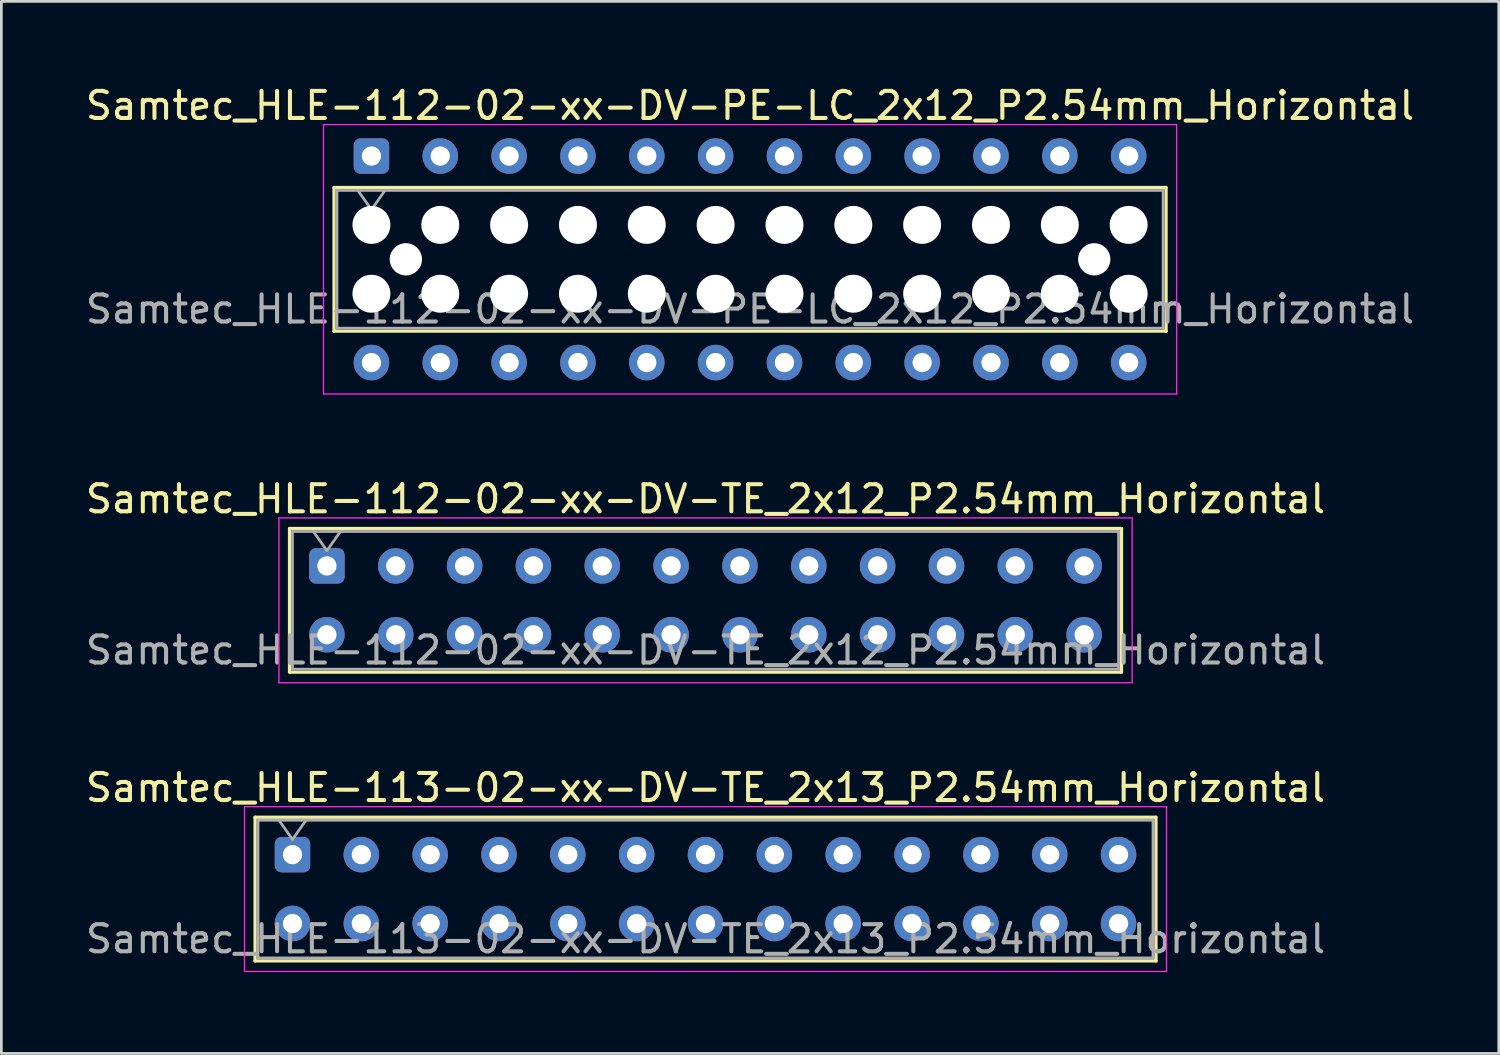
<source format=kicad_pcb>
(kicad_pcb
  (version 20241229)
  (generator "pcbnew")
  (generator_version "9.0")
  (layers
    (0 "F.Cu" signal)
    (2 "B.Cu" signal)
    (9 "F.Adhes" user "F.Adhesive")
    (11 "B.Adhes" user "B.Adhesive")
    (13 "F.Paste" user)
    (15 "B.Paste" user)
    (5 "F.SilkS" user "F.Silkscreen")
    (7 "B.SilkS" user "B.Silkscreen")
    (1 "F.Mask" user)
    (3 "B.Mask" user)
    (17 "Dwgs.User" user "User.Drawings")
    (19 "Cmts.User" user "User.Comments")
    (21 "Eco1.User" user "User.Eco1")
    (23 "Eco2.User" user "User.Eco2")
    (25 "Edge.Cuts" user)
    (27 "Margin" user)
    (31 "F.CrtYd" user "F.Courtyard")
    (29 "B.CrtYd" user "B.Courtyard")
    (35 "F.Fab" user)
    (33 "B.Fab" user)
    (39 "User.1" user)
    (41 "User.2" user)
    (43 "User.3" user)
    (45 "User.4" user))
  (footprint "Samtec_HLE-113-02-xx-DV-TE_2x13_P2.54mm_Horizontal"
    (layer "F.Cu")
    (at 7.742 28.485)
    (property "Reference" "Samtec_HLE-113-02-xx-DV-TE_2x13_P2.54mm_Horizontal" (at 15.24 -2.47 0) (layer "F.SilkS") (effects (font (size 1 1) (thickness 0.15))))
    (attr through_hole)
    (fp_line (start -1.38 -1.38) (end 31.86 -1.38) (stroke (width 0.12) (type solid)) (layer "F.SilkS"))
    (fp_line (start -1.38 3.92) (end -1.38 -1.38) (stroke (width 0.12) (type solid)) (layer "F.SilkS"))
    (fp_line (start 31.86 -1.38) (end 31.86 3.92) (stroke (width 0.12) (type solid)) (layer "F.SilkS"))
    (fp_line (start 31.86 3.92) (end -1.38 3.92) (stroke (width 0.12) (type solid)) (layer "F.SilkS"))
    (fp_line (start -1.77 -1.77) (end 32.25 -1.77) (stroke (width 0.05) (type solid)) (layer "F.CrtYd"))
    (fp_line (start -1.77 4.31) (end -1.77 -1.77) (stroke (width 0.05) (type solid)) (layer "F.CrtYd"))
    (fp_line (start 32.25 -1.77) (end 32.25 4.31) (stroke (width 0.05) (type solid)) (layer "F.CrtYd"))
    (fp_line (start 32.25 4.31) (end -1.77 4.31) (stroke (width 0.05) (type solid)) (layer "F.CrtYd"))
    (fp_line (start -1.27 -1.27) (end 31.75 -1.27) (stroke (width 0.1) (type solid)) (layer "F.Fab"))
    (fp_line (start -1.27 3.81) (end -1.27 -1.27) (stroke (width 0.1) (type solid)) (layer "F.Fab"))
    (fp_line (start -0.5 -1.27) (end 0 -0.563) (stroke (width 0.1) (type solid)) (layer "F.Fab"))
    (fp_line (start 0 -0.563) (end 0.5 -1.27) (stroke (width 0.1) (type solid)) (layer "F.Fab"))
    (fp_line (start 31.75 -1.27) (end 31.75 3.81) (stroke (width 0.1) (type solid)) (layer "F.Fab"))
    (fp_line (start 31.75 3.81) (end -1.27 3.81) (stroke (width 0.1) (type solid)) (layer "F.Fab"))
    (fp_text user "${REFERENCE}" (at 15.24 3.11 0) (layer "F.Fab") (effects (font (size 1 1) (thickness 0.15))))
    (pad "1" thru_hole roundrect (at 0 0) (size 1.31 1.31) (drill 0.71) (layers "*.Cu" "*.Mask") (roundrect_rratio 0.191))
    (pad "2" thru_hole circle (at 0 2.54) (size 1.31 1.31) (drill 0.71) (layers "*.Cu" "*.Mask"))
    (pad "3" thru_hole circle (at 2.54 0) (size 1.31 1.31) (drill 0.71) (layers "*.Cu" "*.Mask"))
    (pad "4" thru_hole circle (at 2.54 2.54) (size 1.31 1.31) (drill 0.71) (layers "*.Cu" "*.Mask"))
    (pad "5" thru_hole circle (at 5.08 0) (size 1.31 1.31) (drill 0.71) (layers "*.Cu" "*.Mask"))
    (pad "6" thru_hole circle (at 5.08 2.54) (size 1.31 1.31) (drill 0.71) (layers "*.Cu" "*.Mask"))
    (pad "7" thru_hole circle (at 7.62 0) (size 1.31 1.31) (drill 0.71) (layers "*.Cu" "*.Mask"))
    (pad "8" thru_hole circle (at 7.62 2.54) (size 1.31 1.31) (drill 0.71) (layers "*.Cu" "*.Mask"))
    (pad "9" thru_hole circle (at 10.16 0) (size 1.31 1.31) (drill 0.71) (layers "*.Cu" "*.Mask"))
    (pad "10" thru_hole circle (at 10.16 2.54) (size 1.31 1.31) (drill 0.71) (layers "*.Cu" "*.Mask"))
    (pad "11" thru_hole circle (at 12.7 0) (size 1.31 1.31) (drill 0.71) (layers "*.Cu" "*.Mask"))
    (pad "12" thru_hole circle (at 12.7 2.54) (size 1.31 1.31) (drill 0.71) (layers "*.Cu" "*.Mask"))
    (pad "13" thru_hole circle (at 15.24 0) (size 1.31 1.31) (drill 0.71) (layers "*.Cu" "*.Mask"))
    (pad "14" thru_hole circle (at 15.24 2.54) (size 1.31 1.31) (drill 0.71) (layers "*.Cu" "*.Mask"))
    (pad "15" thru_hole circle (at 17.78 0) (size 1.31 1.31) (drill 0.71) (layers "*.Cu" "*.Mask"))
    (pad "16" thru_hole circle (at 17.78 2.54) (size 1.31 1.31) (drill 0.71) (layers "*.Cu" "*.Mask"))
    (pad "17" thru_hole circle (at 20.32 0) (size 1.31 1.31) (drill 0.71) (layers "*.Cu" "*.Mask"))
    (pad "18" thru_hole circle (at 20.32 2.54) (size 1.31 1.31) (drill 0.71) (layers "*.Cu" "*.Mask"))
    (pad "19" thru_hole circle (at 22.86 0) (size 1.31 1.31) (drill 0.71) (layers "*.Cu" "*.Mask"))
    (pad "20" thru_hole circle (at 22.86 2.54) (size 1.31 1.31) (drill 0.71) (layers "*.Cu" "*.Mask"))
    (pad "21" thru_hole circle (at 25.4 0) (size 1.31 1.31) (drill 0.71) (layers "*.Cu" "*.Mask"))
    (pad "22" thru_hole circle (at 25.4 2.54) (size 1.31 1.31) (drill 0.71) (layers "*.Cu" "*.Mask"))
    (pad "23" thru_hole circle (at 27.94 0) (size 1.31 1.31) (drill 0.71) (layers "*.Cu" "*.Mask"))
    (pad "24" thru_hole circle (at 27.94 2.54) (size 1.31 1.31) (drill 0.71) (layers "*.Cu" "*.Mask"))
    (pad "25" thru_hole circle (at 30.48 0) (size 1.31 1.31) (drill 0.71) (layers "*.Cu" "*.Mask"))
    (pad "26" thru_hole circle (at 30.48 2.54) (size 1.31 1.31) (drill 0.71) (layers "*.Cu" "*.Mask")))
  (footprint "Samtec_HLE-112-02-xx-DV-PE-LC_2x12_P2.54mm_Horizontal"
    (layer "F.Cu")
    (at 10.655 2.708)
    (property "Reference" "Samtec_HLE-112-02-xx-DV-PE-LC_2x12_P2.54mm_Horizontal" (at 13.97 -1.86 0) (layer "F.SilkS") (effects (font (size 1 1) (thickness 0.15))))
    (attr through_hole)
    (fp_line (start -1.38 1.16) (end 29.32 1.16) (stroke (width 0.12) (type solid)) (layer "F.SilkS"))
    (fp_line (start -1.38 6.46) (end -1.38 1.16) (stroke (width 0.12) (type solid)) (layer "F.SilkS"))
    (fp_line (start 29.32 1.16) (end 29.32 6.46) (stroke (width 0.12) (type solid)) (layer "F.SilkS"))
    (fp_line (start 29.32 6.46) (end -1.38 6.46) (stroke (width 0.12) (type solid)) (layer "F.SilkS"))
    (fp_line (start -1.77 -1.16) (end 29.71 -1.16) (stroke (width 0.05) (type solid)) (layer "F.CrtYd"))
    (fp_line (start -1.77 8.78) (end -1.77 -1.16) (stroke (width 0.05) (type solid)) (layer "F.CrtYd"))
    (fp_line (start 29.71 -1.16) (end 29.71 8.78) (stroke (width 0.05) (type solid)) (layer "F.CrtYd"))
    (fp_line (start 29.71 8.78) (end -1.77 8.78) (stroke (width 0.05) (type solid)) (layer "F.CrtYd"))
    (fp_line (start -1.27 1.27) (end 29.21 1.27) (stroke (width 0.1) (type solid)) (layer "F.Fab"))
    (fp_line (start -1.27 6.35) (end -1.27 1.27) (stroke (width 0.1) (type solid)) (layer "F.Fab"))
    (fp_line (start -0.5 1.27) (end 0 1.977) (stroke (width 0.1) (type solid)) (layer "F.Fab"))
    (fp_line (start 0 1.977) (end 0.5 1.27) (stroke (width 0.1) (type solid)) (layer "F.Fab"))
    (fp_line (start 29.21 1.27) (end 29.21 6.35) (stroke (width 0.1) (type solid)) (layer "F.Fab"))
    (fp_line (start 29.21 6.35) (end -1.27 6.35) (stroke (width 0.1) (type solid)) (layer "F.Fab"))
    (fp_text user "${REFERENCE}" (at 13.97 5.65 0) (layer "F.Fab") (effects (font (size 1 1) (thickness 0.15))))
    (pad "" np_thru_hole circle (at 0 2.54) (size 1.4 1.4) (drill 1.4) (layers "*.Cu" "*.Mask"))
    (pad "" np_thru_hole circle (at 0 5.08) (size 1.4 1.4) (drill 1.4) (layers "*.Cu" "*.Mask"))
    (pad "" np_thru_hole circle (at 1.27 3.81) (size 1.19 1.19) (drill 1.19) (layers "*.Cu" "*.Mask"))
    (pad "" np_thru_hole circle (at 2.54 2.54) (size 1.4 1.4) (drill 1.4) (layers "*.Cu" "*.Mask"))
    (pad "" np_thru_hole circle (at 2.54 5.08) (size 1.4 1.4) (drill 1.4) (layers "*.Cu" "*.Mask"))
    (pad "" np_thru_hole circle (at 5.08 2.54) (size 1.4 1.4) (drill 1.4) (layers "*.Cu" "*.Mask"))
    (pad "" np_thru_hole circle (at 5.08 5.08) (size 1.4 1.4) (drill 1.4) (layers "*.Cu" "*.Mask"))
    (pad "" np_thru_hole circle (at 7.62 2.54) (size 1.4 1.4) (drill 1.4) (layers "*.Cu" "*.Mask"))
    (pad "" np_thru_hole circle (at 7.62 5.08) (size 1.4 1.4) (drill 1.4) (layers "*.Cu" "*.Mask"))
    (pad "" np_thru_hole circle (at 10.16 2.54) (size 1.4 1.4) (drill 1.4) (layers "*.Cu" "*.Mask"))
    (pad "" np_thru_hole circle (at 10.16 5.08) (size 1.4 1.4) (drill 1.4) (layers "*.Cu" "*.Mask"))
    (pad "" np_thru_hole circle (at 12.7 2.54) (size 1.4 1.4) (drill 1.4) (layers "*.Cu" "*.Mask"))
    (pad "" np_thru_hole circle (at 12.7 5.08) (size 1.4 1.4) (drill 1.4) (layers "*.Cu" "*.Mask"))
    (pad "" np_thru_hole circle (at 15.24 2.54) (size 1.4 1.4) (drill 1.4) (layers "*.Cu" "*.Mask"))
    (pad "" np_thru_hole circle (at 15.24 5.08) (size 1.4 1.4) (drill 1.4) (layers "*.Cu" "*.Mask"))
    (pad "" np_thru_hole circle (at 17.78 2.54) (size 1.4 1.4) (drill 1.4) (layers "*.Cu" "*.Mask"))
    (pad "" np_thru_hole circle (at 17.78 5.08) (size 1.4 1.4) (drill 1.4) (layers "*.Cu" "*.Mask"))
    (pad "" np_thru_hole circle (at 20.32 2.54) (size 1.4 1.4) (drill 1.4) (layers "*.Cu" "*.Mask"))
    (pad "" np_thru_hole circle (at 20.32 5.08) (size 1.4 1.4) (drill 1.4) (layers "*.Cu" "*.Mask"))
    (pad "" np_thru_hole circle (at 22.86 2.54) (size 1.4 1.4) (drill 1.4) (layers "*.Cu" "*.Mask"))
    (pad "" np_thru_hole circle (at 22.86 5.08) (size 1.4 1.4) (drill 1.4) (layers "*.Cu" "*.Mask"))
    (pad "" np_thru_hole circle (at 25.4 2.54) (size 1.4 1.4) (drill 1.4) (layers "*.Cu" "*.Mask"))
    (pad "" np_thru_hole circle (at 25.4 5.08) (size 1.4 1.4) (drill 1.4) (layers "*.Cu" "*.Mask"))
    (pad "" np_thru_hole circle (at 26.67 3.81) (size 1.19 1.19) (drill 1.19) (layers "*.Cu" "*.Mask"))
    (pad "" np_thru_hole circle (at 27.94 2.54) (size 1.4 1.4) (drill 1.4) (layers "*.Cu" "*.Mask"))
    (pad "" np_thru_hole circle (at 27.94 5.08) (size 1.4 1.4) (drill 1.4) (layers "*.Cu" "*.Mask"))
    (pad "1" thru_hole roundrect (at 0 0) (size 1.31 1.31) (drill 0.71) (layers "*.Cu" "*.Mask") (roundrect_rratio 0.191))
    (pad "2" thru_hole circle (at 0 7.62) (size 1.31 1.31) (drill 0.71) (layers "*.Cu" "*.Mask"))
    (pad "3" thru_hole circle (at 2.54 0) (size 1.31 1.31) (drill 0.71) (layers "*.Cu" "*.Mask"))
    (pad "4" thru_hole circle (at 2.54 7.62) (size 1.31 1.31) (drill 0.71) (layers "*.Cu" "*.Mask"))
    (pad "5" thru_hole circle (at 5.08 0) (size 1.31 1.31) (drill 0.71) (layers "*.Cu" "*.Mask"))
    (pad "6" thru_hole circle (at 5.08 7.62) (size 1.31 1.31) (drill 0.71) (layers "*.Cu" "*.Mask"))
    (pad "7" thru_hole circle (at 7.62 0) (size 1.31 1.31) (drill 0.71) (layers "*.Cu" "*.Mask"))
    (pad "8" thru_hole circle (at 7.62 7.62) (size 1.31 1.31) (drill 0.71) (layers "*.Cu" "*.Mask"))
    (pad "9" thru_hole circle (at 10.16 0) (size 1.31 1.31) (drill 0.71) (layers "*.Cu" "*.Mask"))
    (pad "10" thru_hole circle (at 10.16 7.62) (size 1.31 1.31) (drill 0.71) (layers "*.Cu" "*.Mask"))
    (pad "11" thru_hole circle (at 12.7 0) (size 1.31 1.31) (drill 0.71) (layers "*.Cu" "*.Mask"))
    (pad "12" thru_hole circle (at 12.7 7.62) (size 1.31 1.31) (drill 0.71) (layers "*.Cu" "*.Mask"))
    (pad "13" thru_hole circle (at 15.24 0) (size 1.31 1.31) (drill 0.71) (layers "*.Cu" "*.Mask"))
    (pad "14" thru_hole circle (at 15.24 7.62) (size 1.31 1.31) (drill 0.71) (layers "*.Cu" "*.Mask"))
    (pad "15" thru_hole circle (at 17.78 0) (size 1.31 1.31) (drill 0.71) (layers "*.Cu" "*.Mask"))
    (pad "16" thru_hole circle (at 17.78 7.62) (size 1.31 1.31) (drill 0.71) (layers "*.Cu" "*.Mask"))
    (pad "17" thru_hole circle (at 20.32 0) (size 1.31 1.31) (drill 0.71) (layers "*.Cu" "*.Mask"))
    (pad "18" thru_hole circle (at 20.32 7.62) (size 1.31 1.31) (drill 0.71) (layers "*.Cu" "*.Mask"))
    (pad "19" thru_hole circle (at 22.86 0) (size 1.31 1.31) (drill 0.71) (layers "*.Cu" "*.Mask"))
    (pad "20" thru_hole circle (at 22.86 7.62) (size 1.31 1.31) (drill 0.71) (layers "*.Cu" "*.Mask"))
    (pad "21" thru_hole circle (at 25.4 0) (size 1.31 1.31) (drill 0.71) (layers "*.Cu" "*.Mask"))
    (pad "22" thru_hole circle (at 25.4 7.62) (size 1.31 1.31) (drill 0.71) (layers "*.Cu" "*.Mask"))
    (pad "23" thru_hole circle (at 27.94 0) (size 1.31 1.31) (drill 0.71) (layers "*.Cu" "*.Mask"))
    (pad "24" thru_hole circle (at 27.94 7.62) (size 1.31 1.31) (drill 0.71) (layers "*.Cu" "*.Mask")))
  (footprint "Samtec_HLE-112-02-xx-DV-TE_2x12_P2.54mm_Horizontal"
    (layer "F.Cu")
    (at 9.012 17.831)
    (property "Reference" "Samtec_HLE-112-02-xx-DV-TE_2x12_P2.54mm_Horizontal" (at 13.97 -2.47 0) (layer "F.SilkS") (effects (font (size 1 1) (thickness 0.15))))
    (attr through_hole)
    (fp_line (start -1.38 -1.38) (end 29.32 -1.38) (stroke (width 0.12) (type solid)) (layer "F.SilkS"))
    (fp_line (start -1.38 3.92) (end -1.38 -1.38) (stroke (width 0.12) (type solid)) (layer "F.SilkS"))
    (fp_line (start 29.32 -1.38) (end 29.32 3.92) (stroke (width 0.12) (type solid)) (layer "F.SilkS"))
    (fp_line (start 29.32 3.92) (end -1.38 3.92) (stroke (width 0.12) (type solid)) (layer "F.SilkS"))
    (fp_line (start -1.77 -1.77) (end 29.71 -1.77) (stroke (width 0.05) (type solid)) (layer "F.CrtYd"))
    (fp_line (start -1.77 4.31) (end -1.77 -1.77) (stroke (width 0.05) (type solid)) (layer "F.CrtYd"))
    (fp_line (start 29.71 -1.77) (end 29.71 4.31) (stroke (width 0.05) (type solid)) (layer "F.CrtYd"))
    (fp_line (start 29.71 4.31) (end -1.77 4.31) (stroke (width 0.05) (type solid)) (layer "F.CrtYd"))
    (fp_line (start -1.27 -1.27) (end 29.21 -1.27) (stroke (width 0.1) (type solid)) (layer "F.Fab"))
    (fp_line (start -1.27 3.81) (end -1.27 -1.27) (stroke (width 0.1) (type solid)) (layer "F.Fab"))
    (fp_line (start -0.5 -1.27) (end 0 -0.563) (stroke (width 0.1) (type solid)) (layer "F.Fab"))
    (fp_line (start 0 -0.563) (end 0.5 -1.27) (stroke (width 0.1) (type solid)) (layer "F.Fab"))
    (fp_line (start 29.21 -1.27) (end 29.21 3.81) (stroke (width 0.1) (type solid)) (layer "F.Fab"))
    (fp_line (start 29.21 3.81) (end -1.27 3.81) (stroke (width 0.1) (type solid)) (layer "F.Fab"))
    (fp_text user "${REFERENCE}" (at 13.97 3.11 0) (layer "F.Fab") (effects (font (size 1 1) (thickness 0.15))))
    (pad "1" thru_hole roundrect (at 0 0) (size 1.31 1.31) (drill 0.71) (layers "*.Cu" "*.Mask") (roundrect_rratio 0.191))
    (pad "2" thru_hole circle (at 0 2.54) (size 1.31 1.31) (drill 0.71) (layers "*.Cu" "*.Mask"))
    (pad "3" thru_hole circle (at 2.54 0) (size 1.31 1.31) (drill 0.71) (layers "*.Cu" "*.Mask"))
    (pad "4" thru_hole circle (at 2.54 2.54) (size 1.31 1.31) (drill 0.71) (layers "*.Cu" "*.Mask"))
    (pad "5" thru_hole circle (at 5.08 0) (size 1.31 1.31) (drill 0.71) (layers "*.Cu" "*.Mask"))
    (pad "6" thru_hole circle (at 5.08 2.54) (size 1.31 1.31) (drill 0.71) (layers "*.Cu" "*.Mask"))
    (pad "7" thru_hole circle (at 7.62 0) (size 1.31 1.31) (drill 0.71) (layers "*.Cu" "*.Mask"))
    (pad "8" thru_hole circle (at 7.62 2.54) (size 1.31 1.31) (drill 0.71) (layers "*.Cu" "*.Mask"))
    (pad "9" thru_hole circle (at 10.16 0) (size 1.31 1.31) (drill 0.71) (layers "*.Cu" "*.Mask"))
    (pad "10" thru_hole circle (at 10.16 2.54) (size 1.31 1.31) (drill 0.71) (layers "*.Cu" "*.Mask"))
    (pad "11" thru_hole circle (at 12.7 0) (size 1.31 1.31) (drill 0.71) (layers "*.Cu" "*.Mask"))
    (pad "12" thru_hole circle (at 12.7 2.54) (size 1.31 1.31) (drill 0.71) (layers "*.Cu" "*.Mask"))
    (pad "13" thru_hole circle (at 15.24 0) (size 1.31 1.31) (drill 0.71) (layers "*.Cu" "*.Mask"))
    (pad "14" thru_hole circle (at 15.24 2.54) (size 1.31 1.31) (drill 0.71) (layers "*.Cu" "*.Mask"))
    (pad "15" thru_hole circle (at 17.78 0) (size 1.31 1.31) (drill 0.71) (layers "*.Cu" "*.Mask"))
    (pad "16" thru_hole circle (at 17.78 2.54) (size 1.31 1.31) (drill 0.71) (layers "*.Cu" "*.Mask"))
    (pad "17" thru_hole circle (at 20.32 0) (size 1.31 1.31) (drill 0.71) (layers "*.Cu" "*.Mask"))
    (pad "18" thru_hole circle (at 20.32 2.54) (size 1.31 1.31) (drill 0.71) (layers "*.Cu" "*.Mask"))
    (pad "19" thru_hole circle (at 22.86 0) (size 1.31 1.31) (drill 0.71) (layers "*.Cu" "*.Mask"))
    (pad "20" thru_hole circle (at 22.86 2.54) (size 1.31 1.31) (drill 0.71) (layers "*.Cu" "*.Mask"))
    (pad "21" thru_hole circle (at 25.4 0) (size 1.31 1.31) (drill 0.71) (layers "*.Cu" "*.Mask"))
    (pad "22" thru_hole circle (at 25.4 2.54) (size 1.31 1.31) (drill 0.71) (layers "*.Cu" "*.Mask"))
    (pad "23" thru_hole circle (at 27.94 0) (size 1.31 1.31) (drill 0.71) (layers "*.Cu" "*.Mask"))
    (pad "24" thru_hole circle (at 27.94 2.54) (size 1.31 1.31) (drill 0.71) (layers "*.Cu" "*.Mask")))
  (gr_rect
    (start -3 -3)
    (end 52.25 35.82)
    (stroke (width 0.1) (type default))
    (fill no)
    (layer "Edge.Cuts")))
</source>
